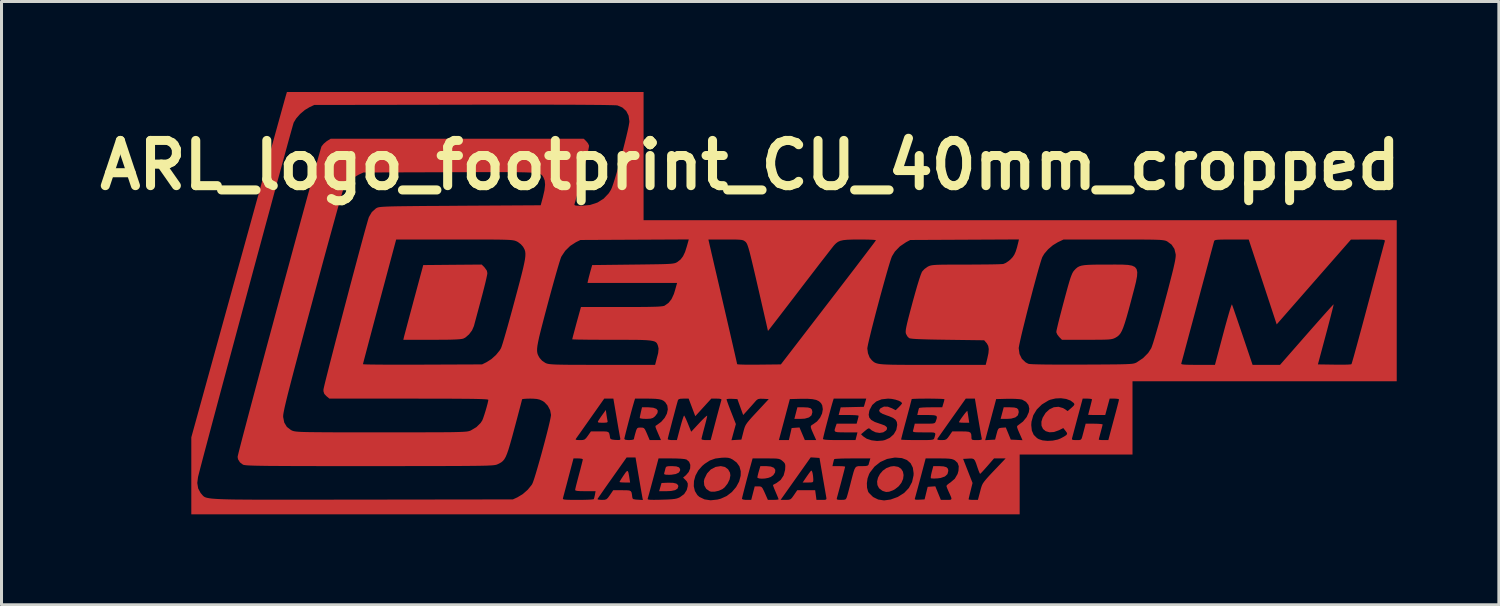
<source format=kicad_pcb>
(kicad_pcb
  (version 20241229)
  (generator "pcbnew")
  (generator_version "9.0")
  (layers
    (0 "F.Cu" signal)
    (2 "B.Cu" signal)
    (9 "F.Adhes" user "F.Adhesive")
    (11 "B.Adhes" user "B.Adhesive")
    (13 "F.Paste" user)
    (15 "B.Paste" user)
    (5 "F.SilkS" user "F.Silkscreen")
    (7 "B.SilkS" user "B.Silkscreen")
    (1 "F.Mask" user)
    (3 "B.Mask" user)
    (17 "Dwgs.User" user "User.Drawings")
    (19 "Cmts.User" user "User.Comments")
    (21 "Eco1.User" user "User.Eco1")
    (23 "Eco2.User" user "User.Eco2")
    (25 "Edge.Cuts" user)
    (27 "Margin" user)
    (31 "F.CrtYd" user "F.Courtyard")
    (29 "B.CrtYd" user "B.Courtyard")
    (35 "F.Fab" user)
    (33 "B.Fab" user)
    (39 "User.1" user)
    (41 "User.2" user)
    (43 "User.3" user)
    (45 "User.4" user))
  (footprint "ARL_logo_footprint_CU_40mm_cropped"
    (layer "F.Cu")
    (at 23.258 7.358)
    (property "Reference" "ARL_logo_footprint_CU_40mm_cropped" (at -1.422 -4.928 0) (layer "F.SilkS") (effects (font (size 1.5 1.5) (thickness 0.3))))
    (attr board_only exclude_from_pos_files exclude_from_bom)
    (fp_poly (pts (xy -3.982 5.608) (xy -3.871 5.634) (xy -3.815 5.684) (xy -3.807 5.726) (xy -3.833 5.8) (xy -3.912 5.851) (xy -4.047 5.879) (xy -4.196 5.886) (xy -4.443 5.886) (xy -4.403 5.75) (xy -4.364 5.614) (xy -4.15 5.605)) (stroke (width 0) (type solid)) (fill yes) (layer "F.Cu"))
    (fp_poly (pts (xy 0.493 3.11) (xy 0.58 3.133) (xy 0.625 3.181) (xy 0.64 3.257) (xy 0.64 3.267) (xy 0.612 3.369) (xy 0.529 3.439) (xy 0.39 3.479) (xy 0.257 3.487) (xy 0.043 3.487) (xy 0.093 3.295) (xy 0.143 3.103) (xy 0.353 3.103)) (stroke (width 0) (type solid)) (fill yes) (layer "F.Cu"))
    (fp_poly (pts (xy 7.338 3.11) (xy 7.426 3.133) (xy 7.471 3.18) (xy 7.486 3.256) (xy 7.486 3.267) (xy 7.458 3.369) (xy 7.374 3.439) (xy 7.236 3.478) (xy 7.101 3.487) (xy 6.885 3.487) (xy 6.936 3.295) (xy 6.987 3.103) (xy 7.198 3.103)) (stroke (width 0) (type solid)) (fill yes) (layer "F.Cu"))
    (fp_poly (pts (xy -5.482 5.219) (xy -5.46 5.274) (xy -5.439 5.386) (xy -5.427 5.462) (xy -5.406 5.598) (xy -5.582 5.598) (xy -5.678 5.595) (xy -5.742 5.588) (xy -5.758 5.58) (xy -5.741 5.547) (xy -5.697 5.476) (xy -5.635 5.381) (xy -5.624 5.366) (xy -5.557 5.268) (xy -5.512 5.218)) (stroke (width 0) (type solid)) (fill yes) (layer "F.Cu"))
    (fp_poly (pts (xy 0.625 5.217) (xy 0.646 5.281) (xy 0.662 5.375) (xy 0.671 5.484) (xy 0.671 5.51) (xy 0.668 5.56) (xy 0.647 5.587) (xy 0.592 5.597) (xy 0.495 5.598) (xy 0.318 5.598) (xy 0.447 5.408) (xy 0.514 5.312) (xy 0.57 5.238) (xy 0.602 5.202) (xy 0.604 5.201)) (stroke (width 0) (type solid)) (fill yes) (layer "F.Cu"))
    (fp_poly (pts (xy 5.789 3.265) (xy 5.804 3.351) (xy 5.816 3.431) (xy 5.844 3.615) (xy 5.673 3.615) (xy 5.579 3.612) (xy 5.516 3.604) (xy 5.502 3.597) (xy 5.519 3.562) (xy 5.561 3.496) (xy 5.619 3.414) (xy 5.68 3.332) (xy 5.735 3.264) (xy 5.772 3.225) (xy 5.781 3.221)) (stroke (width 0) (type solid)) (fill yes) (layer "F.Cu"))
    (fp_poly (pts (xy -6.19 3.347) (xy -6.174 3.451) (xy -6.159 3.535) (xy -6.153 3.559) (xy -6.153 3.591) (xy -6.182 3.608) (xy -6.255 3.614) (xy -6.317 3.615) (xy -6.418 3.613) (xy -6.466 3.604) (xy -6.476 3.583) (xy -6.466 3.559) (xy -6.431 3.503) (xy -6.373 3.417) (xy -6.323 3.347) (xy -6.211 3.191)) (stroke (width 0) (type solid)) (fill yes) (layer "F.Cu"))
    (fp_poly (pts (xy 4.99 5.063) (xy 5.087 5.09) (xy 5.137 5.141) (xy 5.15 5.21) (xy 5.122 5.319) (xy 5.037 5.398) (xy 4.898 5.447) (xy 4.793 5.461) (xy 4.685 5.466) (xy 4.604 5.464) (xy 4.57 5.456) (xy 4.567 5.417) (xy 4.58 5.335) (xy 4.601 5.245) (xy 4.652 5.054) (xy 4.839 5.054)) (stroke (width 0) (type solid)) (fill yes) (layer "F.Cu"))
    (fp_poly (pts (xy -0.738 5.068) (xy -0.635 5.11) (xy -0.589 5.179) (xy -0.597 5.265) (xy -0.656 5.355) (xy -0.738 5.414) (xy -0.826 5.445) (xy -0.931 5.465) (xy -1.037 5.471) (xy -1.125 5.464) (xy -1.177 5.443) (xy -1.184 5.428) (xy -1.175 5.375) (xy -1.153 5.285) (xy -1.134 5.22) (xy -1.085 5.054) (xy -0.898 5.054)) (stroke (width 0) (type solid)) (fill yes) (layer "F.Cu"))
    (fp_poly (pts (xy -4.637 3.117) (xy -4.534 3.155) (xy -4.487 3.216) (xy -4.499 3.296) (xy -4.571 3.392) (xy -4.595 3.415) (xy -4.653 3.457) (xy -4.726 3.479) (xy -4.833 3.486) (xy -4.88 3.487) (xy -4.986 3.483) (xy -5.06 3.472) (xy -5.086 3.457) (xy -5.08 3.411) (xy -5.062 3.326) (xy -5.049 3.265) (xy -5.011 3.103) (xy -4.795 3.103)) (stroke (width 0) (type solid)) (fill yes) (layer "F.Cu"))
    (fp_poly (pts (xy -3.871 5.064) (xy -3.783 5.096) (xy -3.747 5.152) (xy -3.748 5.204) (xy -3.793 5.271) (xy -3.892 5.317) (xy -4.039 5.34) (xy -4.105 5.342) (xy -4.209 5.34) (xy -4.262 5.33) (xy -4.278 5.308) (xy -4.274 5.286) (xy -4.254 5.213) (xy -4.237 5.142) (xy -4.221 5.094) (xy -4.194 5.068) (xy -4.137 5.057) (xy -4.035 5.054) (xy -4.015 5.054)) (stroke (width 0) (type solid)) (fill yes) (layer "F.Cu"))
    (fp_poly (pts (xy -2.263 5.082) (xy -2.157 5.158) (xy -2.093 5.27) (xy -2.079 5.361) (xy -2.105 5.497) (xy -2.174 5.638) (xy -2.271 5.76) (xy -2.344 5.818) (xy -2.462 5.871) (xy -2.594 5.901) (xy -2.713 5.903) (xy -2.767 5.889) (xy -2.881 5.809) (xy -2.946 5.694) (xy -2.958 5.556) (xy -2.941 5.478) (xy -2.854 5.299) (xy -2.729 5.165) (xy -2.572 5.081) (xy -2.398 5.054)) (stroke (width 0) (type solid)) (fill yes) (layer "F.Cu"))
    (fp_poly (pts (xy 3.485 5.078) (xy 3.584 5.142) (xy 3.644 5.236) (xy 3.666 5.351) (xy 3.65 5.477) (xy 3.596 5.604) (xy 3.505 5.722) (xy 3.377 5.823) (xy 3.311 5.858) (xy 3.186 5.904) (xy 3.085 5.912) (xy 2.981 5.88) (xy 2.954 5.867) (xy 2.852 5.788) (xy 2.798 5.683) (xy 2.788 5.563) (xy 2.818 5.436) (xy 2.883 5.314) (xy 2.977 5.205) (xy 3.097 5.119) (xy 3.237 5.067) (xy 3.347 5.054)) (stroke (width 0) (type solid)) (fill yes) (layer "F.Cu"))
    (fp_poly (pts (xy -10.235 -1.538) (xy -10.157 -1.428) (xy -10.141 -1.347) (xy -10.149 -1.29) (xy -10.172 -1.181) (xy -10.207 -1.03) (xy -10.253 -0.846) (xy -10.306 -0.64) (xy -10.346 -0.489) (xy -10.405 -0.27) (xy -10.46 -0.064) (xy -10.509 0.118) (xy -10.549 0.266) (xy -10.577 0.37) (xy -10.587 0.408) (xy -10.649 0.551) (xy -10.75 0.685) (xy -10.869 0.788) (xy -10.931 0.821) (xy -10.979 0.834) (xy -11.056 0.844) (xy -11.168 0.852) (xy -11.322 0.858) (xy -11.522 0.862) (xy -11.777 0.863) (xy -11.982 0.864) (xy -12.929 0.864) (xy -12.909 0.776) (xy -12.896 0.725) (xy -12.868 0.621) (xy -12.828 0.47) (xy -12.777 0.279) (xy -12.718 0.056) (xy -12.651 -0.191) (xy -12.581 -0.454) (xy -12.578 -0.464) (xy -12.268 -1.615) (xy -11.298 -1.624) (xy -10.329 -1.632)) (stroke (width 0) (type solid)) (fill yes) (layer "F.Cu"))
    (fp_poly (pts (xy 10.927 -1.63) (xy 11.109 -1.62) (xy 11.245 -1.596) (xy 11.339 -1.552) (xy 11.395 -1.482) (xy 11.418 -1.38) (xy 11.41 -1.242) (xy 11.376 -1.061) (xy 11.319 -0.831) (xy 11.243 -0.546) (xy 11.21 -0.419) (xy 11.131 -0.125) (xy 11.064 0.114) (xy 11.006 0.304) (xy 10.955 0.452) (xy 10.908 0.565) (xy 10.861 0.649) (xy 10.812 0.71) (xy 10.758 0.756) (xy 10.696 0.794) (xy 10.686 0.799) (xy 10.643 0.819) (xy 10.596 0.834) (xy 10.536 0.846) (xy 10.455 0.854) (xy 10.345 0.859) (xy 10.196 0.862) (xy 10.001 0.863) (xy 9.751 0.864) (xy 9.74 0.864) (xy 8.92 0.864) (xy 8.827 0.77) (xy 8.767 0.693) (xy 8.734 0.618) (xy 8.733 0.602) (xy 8.74 0.553) (xy 8.763 0.451) (xy 8.798 0.304) (xy 8.844 0.12) (xy 8.899 -0.092) (xy 8.96 -0.324) (xy 8.98 -0.399) (xy 9.053 -0.67) (xy 9.112 -0.886) (xy 9.161 -1.055) (xy 9.201 -1.184) (xy 9.236 -1.279) (xy 9.266 -1.348) (xy 9.295 -1.399) (xy 9.324 -1.435) (xy 9.377 -1.492) (xy 9.43 -1.537) (xy 9.491 -1.571) (xy 9.568 -1.596) (xy 9.67 -1.613) (xy 9.805 -1.623) (xy 9.982 -1.629) (xy 10.207 -1.631) (xy 10.413 -1.631) (xy 10.697 -1.632)) (stroke (width 0) (type solid)) (fill yes) (layer "F.Cu"))
    (pad "1" smd custom (at -0.305 -1.981) (size 1.524 1.524) (layers "F.Cu" "F.Mask" "F.Paste") (options (anchor circle)) (primitives (gr_poly (pts (xy -4.654 -3.249) (xy -4.654 -1.122) (xy 7.838 -1.122) (xy 20.33 -1.122) (xy 20.33 1.549) (xy 20.33 4.22) (xy 15.948 4.22) (xy 11.565 4.22) (xy 11.565 5.436) (xy 11.565 6.652) (xy 9.694 6.652) (xy 7.822 6.652) (xy 7.822 7.643) (xy 7.822 8.635) (xy -5.917 8.635) (xy -19.657 8.635) (xy -19.657 7.595) (xy -19.459 7.595) (xy -19.429 7.776) (xy -19.348 7.927) (xy -19.327 7.952) (xy -19.304 7.978) (xy -19.284 8.002) (xy -19.264 8.023) (xy -19.241 8.043) (xy -19.213 8.06) (xy -19.175 8.076) (xy -19.125 8.089) (xy -19.061 8.101) (xy -18.978 8.112) (xy -18.875 8.12) (xy -18.748 8.128) (xy -18.594 8.134) (xy -18.41 8.139) (xy -18.193 8.143) (xy -17.94 8.145) (xy -17.649 8.147) (xy -17.316 8.149) (xy -16.938 8.149) (xy -16.512 8.149) (xy -16.035 8.149) (xy -15.505 8.148) (xy -14.918 8.147) (xy -14.271 8.146) (xy -13.979 8.146) (xy -8.988 8.139) (xy -8.947 8.12) (xy -7.33 8.12) (xy -7.316 8.135) (xy -7.275 8.145) (xy -7.2 8.151) (xy -7.083 8.154) (xy -6.913 8.155) (xy -6.833 8.155) (xy -6.659 8.154) (xy -6.508 8.15) (xy -6.392 8.144) (xy -6.322 8.136) (xy -6.306 8.131) (xy -6.305 8.129) (xy -6.184 8.129) (xy -6.162 8.144) (xy -6.093 8.153) (xy -6.037 8.155) (xy -5.947 8.152) (xy -5.889 8.135) (xy -5.84 8.091) (xy -5.779 8.008) (xy -5.77 7.995) (xy -5.661 7.835) (xy -5.366 7.835) (xy -5.223 7.836) (xy -5.132 7.843) (xy -5.079 7.866) (xy -5.052 7.912) (xy -5.038 7.99) (xy -5.03 8.059) (xy -5.019 8.106) (xy -4.988 8.132) (xy -4.919 8.144) (xy -4.849 8.149) (xy -4.677 8.159) (xy -4.685 8.119) (xy -4.519 8.119) (xy -4.515 8.136) (xy -4.484 8.147) (xy -4.417 8.153) (xy -4.306 8.154) (xy -4.143 8.152) (xy -4.059 8.149) (xy -3.866 8.143) (xy -3.724 8.135) (xy -3.621 8.123) (xy -3.545 8.107) (xy -3.482 8.083) (xy -3.451 8.068) (xy -3.309 7.964) (xy -3.222 7.829) (xy -3.191 7.705) (xy -3.19 7.702) (xy -2.989 7.702) (xy -2.952 7.862) (xy -2.87 7.996) (xy -2.802 8.057) (xy -2.632 8.139) (xy -2.431 8.169) (xy -2.205 8.145) (xy -2.109 8.12) (xy -1.391 8.12) (xy -1.361 8.142) (xy -1.283 8.154) (xy -1.237 8.155) (xy -1.083 8.155) (xy -1.025 7.931) (xy -0.967 7.707) (xy -0.848 7.707) (xy -0.786 7.71) (xy -0.744 7.726) (xy -0.708 7.768) (xy -0.667 7.848) (xy -0.629 7.931) (xy -0.531 8.155) (xy -0.353 8.155) (xy -0.108 8.155) (xy 0.058 8.155) (xy 0.152 8.153) (xy 0.213 8.137) (xy 0.262 8.095) (xy 0.321 8.014) (xy 0.334 7.995) (xy 0.443 7.835) (xy 0.741 7.835) (xy 1.038 7.835) (xy 1.06 7.995) (xy 1.081 8.155) (xy 1.252 8.155) (xy 1.35 8.154) (xy 1.399 8.144) (xy 1.413 8.117) (xy 1.406 8.067) (xy 1.396 8.009) (xy 1.377 7.899) (xy 1.351 7.749) (xy 1.32 7.57) (xy 1.286 7.375) (xy 1.286 7.372) (xy 1.228 7.036) (xy 1.611 7.036) (xy 1.822 7.036) (xy 1.928 7.038) (xy 2.004 7.045) (xy 2.032 7.055) (xy 2.024 7.089) (xy 2.003 7.173) (xy 1.972 7.293) (xy 1.934 7.438) (xy 1.893 7.595) (xy 1.851 7.751) (xy 1.813 7.894) (xy 1.781 8.012) (xy 1.759 8.092) (xy 1.756 8.099) (xy 1.755 8.133) (xy 1.787 8.15) (xy 1.864 8.155) (xy 1.9 8.155) (xy 1.996 8.152) (xy 2.048 8.136) (xy 2.076 8.096) (xy 2.092 8.051) (xy 2.113 7.98) (xy 2.145 7.863) (xy 2.184 7.716) (xy 2.214 7.6) (xy 2.753 7.6) (xy 2.759 7.753) (xy 2.794 7.879) (xy 2.818 7.919) (xy 2.959 8.06) (xy 3.129 8.144) (xy 3.324 8.173) (xy 3.541 8.144) (xy 3.615 8.117) (xy 4.343 8.117) (xy 4.349 8.141) (xy 4.399 8.151) (xy 4.498 8.149) (xy 4.668 8.139) (xy 4.719 7.931) (xy 4.77 7.723) (xy 4.897 7.714) (xy 5.023 7.705) (xy 5.115 7.93) (xy 5.207 8.155) (xy 5.394 8.155) (xy 5.485 8.155) (xy 5.539 8.148) (xy 5.56 8.123) (xy 5.549 8.069) (xy 5.509 7.976) (xy 5.459 7.867) (xy 5.42 7.777) (xy 5.396 7.71) (xy 5.393 7.691) (xy 5.418 7.657) (xy 5.481 7.606) (xy 5.522 7.58) (xy 5.669 7.455) (xy 5.762 7.296) (xy 5.792 7.188) (xy 5.801 7.039) (xy 5.762 6.928) (xy 5.674 6.845) (xy 5.67 6.843) (xy 5.619 6.817) (xy 5.559 6.799) (xy 5.536 6.796) (xy 5.946 6.796) (xy 6.102 7.195) (xy 6.259 7.595) (xy 6.193 7.858) (xy 6.163 7.979) (xy 6.14 8.076) (xy 6.128 8.131) (xy 6.127 8.138) (xy 6.156 8.148) (xy 6.229 8.154) (xy 6.282 8.155) (xy 6.437 8.155) (xy 6.511 7.875) (xy 6.532 7.792) (xy 6.552 7.725) (xy 6.573 7.666) (xy 6.603 7.608) (xy 6.647 7.545) (xy 6.709 7.469) (xy 6.794 7.373) (xy 6.909 7.25) (xy 7.059 7.093) (xy 7.197 6.948) (xy 7.356 6.78) (xy 7.164 6.78) (xy 6.971 6.78) (xy 6.749 7.036) (xy 6.656 7.141) (xy 6.579 7.225) (xy 6.527 7.278) (xy 6.509 7.292) (xy 6.491 7.264) (xy 6.461 7.19) (xy 6.424 7.086) (xy 6.421 7.076) (xy 6.375 6.939) (xy 6.338 6.852) (xy 6.299 6.804) (xy 6.247 6.785) (xy 6.17 6.783) (xy 6.121 6.786) (xy 5.946 6.796) (xy 5.536 6.796) (xy 5.477 6.788) (xy 5.361 6.782) (xy 5.197 6.78) (xy 5.135 6.78) (xy 4.703 6.78) (xy 4.531 7.428) (xy 4.479 7.623) (xy 4.431 7.8) (xy 4.391 7.946) (xy 4.362 8.053) (xy 4.345 8.111) (xy 4.343 8.117) (xy 3.615 8.117) (xy 3.775 8.059) (xy 3.783 8.055) (xy 3.989 7.926) (xy 4.147 7.76) (xy 4.252 7.564) (xy 4.301 7.344) (xy 4.304 7.272) (xy 4.278 7.086) (xy 4.203 6.938) (xy 4.081 6.832) (xy 3.914 6.769) (xy 3.706 6.752) (xy 3.67 6.753) (xy 3.423 6.798) (xy 3.199 6.899) (xy 3.007 7.051) (xy 2.856 7.247) (xy 2.828 7.298) (xy 2.776 7.441) (xy 2.753 7.6) (xy 2.214 7.6) (xy 2.223 7.563) (xy 2.273 7.372) (xy 2.311 7.233) (xy 2.343 7.139) (xy 2.376 7.08) (xy 2.415 7.049) (xy 2.466 7.037) (xy 2.536 7.035) (xy 2.589 7.036) (xy 2.705 7.033) (xy 2.772 7.021) (xy 2.804 6.997) (xy 2.811 6.98) (xy 2.833 6.902) (xy 2.848 6.852) (xy 2.868 6.78) (xy 2.276 6.78) (xy 2.088 6.781) (xy 1.924 6.784) (xy 1.792 6.79) (xy 1.704 6.796) (xy 1.67 6.804) (xy 1.654 6.849) (xy 1.635 6.927) (xy 1.634 6.932) (xy 1.611 7.036) (xy 1.228 7.036) (xy 1.182 6.764) (xy 1.036 6.754) (xy 0.89 6.745) (xy 0.391 7.45) (xy -0.108 8.155) (xy -0.353 8.155) (xy -0.256 8.152) (xy -0.191 8.144) (xy -0.175 8.137) (xy -0.187 8.1) (xy -0.219 8.021) (xy -0.264 7.916) (xy -0.273 7.894) (xy -0.319 7.786) (xy -0.35 7.704) (xy -0.362 7.663) (xy -0.361 7.661) (xy -0.329 7.641) (xy -0.262 7.606) (xy -0.249 7.6) (xy -0.106 7.493) (xy -0.008 7.344) (xy 0.04 7.161) (xy 0.042 7.134) (xy 0.048 7.028) (xy 0.038 6.962) (xy 0.006 6.913) (xy -0.046 6.865) (xy -0.089 6.831) (xy -0.131 6.808) (xy -0.184 6.793) (xy -0.26 6.784) (xy -0.372 6.781) (xy -0.532 6.78) (xy -0.592 6.78) (xy -1.037 6.78) (xy -1.084 6.948) (xy -1.129 7.109) (xy -1.178 7.288) (xy -1.228 7.474) (xy -1.275 7.655) (xy -1.318 7.82) (xy -1.354 7.96) (xy -1.379 8.062) (xy -1.39 8.115) (xy -1.391 8.12) (xy -2.109 8.12) (xy -2.094 8.116) (xy -1.897 8.027) (xy -1.725 7.895) (xy -1.584 7.73) (xy -1.484 7.546) (xy -1.433 7.352) (xy -1.431 7.204) (xy -1.474 7.045) (xy -1.565 6.917) (xy -1.698 6.818) (xy -1.774 6.779) (xy -1.85 6.759) (xy -1.949 6.753) (xy -2.062 6.757) (xy -2.275 6.784) (xy -2.455 6.848) (xy -2.626 6.959) (xy -2.709 7.029) (xy -2.841 7.18) (xy -2.932 7.35) (xy -2.982 7.528) (xy -2.989 7.702) (xy -3.19 7.702) (xy -3.188 7.612) (xy -3.221 7.542) (xy -3.259 7.5) (xy -3.343 7.416) (xy -3.249 7.337) (xy -3.157 7.23) (xy -3.109 7.111) (xy -3.104 6.993) (xy -3.144 6.89) (xy -3.228 6.818) (xy -3.234 6.816) (xy -3.299 6.801) (xy -3.416 6.789) (xy -3.571 6.782) (xy -3.735 6.78) (xy -4.158 6.78) (xy -4.33 7.428) (xy -4.383 7.624) (xy -4.43 7.8) (xy -4.47 7.947) (xy -4.5 8.054) (xy -4.517 8.113) (xy -4.519 8.119) (xy -4.685 8.119) (xy -4.695 8.069) (xy -4.705 8.01) (xy -4.725 7.9) (xy -4.751 7.749) (xy -4.782 7.57) (xy -4.815 7.374) (xy -4.817 7.364) (xy -4.921 6.748) (xy -5.068 6.748) (xy -5.216 6.748) (xy -5.694 7.425) (xy -5.824 7.608) (xy -5.941 7.775) (xy -6.04 7.918) (xy -6.117 8.029) (xy -6.167 8.102) (xy -6.184 8.129) (xy -6.305 8.129) (xy -6.291 8.086) (xy -6.272 8.006) (xy -6.268 7.987) (xy -6.246 7.867) (xy -6.585 7.867) (xy -6.748 7.865) (xy -6.853 7.858) (xy -6.91 7.845) (xy -6.925 7.827) (xy -6.917 7.784) (xy -6.895 7.69) (xy -6.861 7.559) (xy -6.82 7.401) (xy -6.797 7.314) (xy -6.752 7.148) (xy -6.715 7.003) (xy -6.687 6.891) (xy -6.671 6.824) (xy -6.669 6.81) (xy -6.698 6.792) (xy -6.771 6.782) (xy -6.824 6.78) (xy -6.979 6.78) (xy -7.146 7.411) (xy -7.197 7.606) (xy -7.244 7.782) (xy -7.283 7.929) (xy -7.312 8.036) (xy -7.327 8.095) (xy -7.329 8.099) (xy -7.33 8.12) (xy -8.947 8.12) (xy -8.84 8.071) (xy -8.664 7.965) (xy -8.499 7.821) (xy -8.369 7.662) (xy -8.349 7.63) (xy -8.322 7.567) (xy -8.282 7.451) (xy -8.232 7.291) (xy -8.175 7.097) (xy -8.112 6.879) (xy -8.046 6.644) (xy -7.981 6.404) (xy -7.917 6.166) (xy -7.915 6.156) (xy -6.906 6.156) (xy -6.865 6.168) (xy -6.768 6.172) (xy -6.768 6.172) (xy -6.671 6.169) (xy -6.609 6.15) (xy -6.558 6.103) (xy -6.502 6.028) (xy -6.401 5.884) (xy -6.104 5.884) (xy -5.962 5.884) (xy -5.872 5.89) (xy -5.819 5.91) (xy -5.792 5.952) (xy -5.776 6.023) (xy -5.766 6.092) (xy -5.75 6.131) (xy -5.705 6.152) (xy -5.617 6.164) (xy -5.585 6.166) (xy -5.487 6.17) (xy -5.438 6.163) (xy -5.424 6.14) (xy -5.425 6.134) (xy -5.293 6.134) (xy -5.263 6.159) (xy -5.175 6.171) (xy -5.133 6.172) (xy -5.036 6.165) (xy -4.981 6.148) (xy -4.974 6.137) (xy -4.965 6.088) (xy -4.943 6.001) (xy -4.923 5.929) (xy -4.893 5.831) (xy -4.864 5.779) (xy -4.823 5.759) (xy -4.754 5.756) (xy -4.751 5.756) (xy -4.686 5.759) (xy -4.643 5.775) (xy -4.607 5.819) (xy -4.567 5.902) (xy -4.54 5.964) (xy -4.452 6.172) (xy -4.265 6.172) (xy -4.077 6.172) (xy -4.09 6.142) (xy -3.854 6.142) (xy -3.825 6.159) (xy -3.752 6.17) (xy -3.702 6.172) (xy -3.549 6.172) (xy -3.44 5.758) (xy -3.398 5.607) (xy -3.36 5.483) (xy -3.33 5.396) (xy -3.311 5.358) (xy -3.308 5.358) (xy -3.287 5.392) (xy -3.249 5.471) (xy -3.201 5.581) (xy -3.18 5.633) (xy -3.074 5.895) (xy -2.809 5.61) (xy -2.708 5.504) (xy -2.625 5.423) (xy -2.567 5.373) (xy -2.543 5.362) (xy -2.543 5.364) (xy -2.551 5.409) (xy -2.572 5.502) (xy -2.604 5.628) (xy -2.638 5.756) (xy -2.676 5.899) (xy -2.707 6.02) (xy -2.728 6.106) (xy -2.734 6.14) (xy -2.706 6.159) (xy -2.632 6.17) (xy -2.581 6.172) (xy -2.428 6.172) (xy -2.257 5.524) (xy -2.205 5.328) (xy -2.158 5.152) (xy -2.118 5.006) (xy -2.089 4.9) (xy -2.072 4.842) (xy -2.07 4.836) (xy -2.077 4.821) (xy -1.903 4.821) (xy -1.891 4.86) (xy -1.861 4.946) (xy -1.816 5.068) (xy -1.76 5.213) (xy -1.747 5.245) (xy -1.592 5.641) (xy -1.666 5.908) (xy -1.739 6.175) (xy -1.684 6.172) (xy -0.165 6.172) (xy 0.00043 6.172) (xy 0.166 6.172) (xy 0.212 5.972) (xy 0.258 5.772) (xy 0.388 5.762) (xy 0.518 5.753) (xy 0.607 5.962) (xy 0.696 6.172) (xy 0.884 6.172) (xy 1.072 6.172) (xy 1.055 6.134) (xy 1.296 6.134) (xy 1.316 6.149) (xy 1.38 6.16) (xy 1.492 6.167) (xy 1.658 6.171) (xy 1.836 6.172) (xy 2.376 6.172) (xy 2.409 6.044) (xy 2.426 5.978) (xy 2.56 5.978) (xy 2.627 6.045) (xy 2.748 6.127) (xy 2.91 6.18) (xy 3.093 6.201) (xy 3.28 6.187) (xy 3.331 6.175) (xy 6.678 6.175) (xy 6.842 6.165) (xy 7.007 6.156) (xy 7.057 5.964) (xy 7.086 5.859) (xy 7.113 5.801) (xy 7.15 5.774) (xy 7.211 5.764) (xy 7.235 5.762) (xy 7.362 5.753) (xy 7.445 5.954) (xy 7.527 6.156) (xy 7.722 6.165) (xy 7.916 6.175) (xy 7.814 5.944) (xy 7.764 5.829) (xy 7.739 5.757) (xy 7.735 5.716) (xy 7.752 5.692) (xy 7.772 5.679) (xy 7.778 5.674) (xy 8.206 5.674) (xy 8.226 5.857) (xy 8.288 5.998) (xy 8.397 6.105) (xy 8.453 6.139) (xy 8.581 6.182) (xy 8.744 6.198) (xy 8.919 6.189) (xy 9.083 6.155) (xy 9.098 6.149) (xy 9.557 6.149) (xy 9.589 6.166) (xy 9.667 6.172) (xy 9.705 6.172) (xy 9.801 6.17) (xy 9.853 6.155) (xy 9.88 6.115) (xy 9.899 6.052) (xy 9.928 5.944) (xy 9.961 5.818) (xy 9.971 5.78) (xy 10.011 5.628) (xy 10.292 5.628) (xy 10.417 5.631) (xy 10.514 5.638) (xy 10.567 5.648) (xy 10.574 5.653) (xy 10.566 5.694) (xy 10.544 5.779) (xy 10.514 5.891) (xy 10.51 5.908) (xy 10.479 6.021) (xy 10.456 6.109) (xy 10.446 6.153) (xy 10.446 6.155) (xy 10.474 6.165) (xy 10.548 6.171) (xy 10.604 6.172) (xy 10.763 6.172) (xy 10.799 6.036) (xy 10.819 5.959) (xy 10.852 5.834) (xy 10.895 5.675) (xy 10.943 5.496) (xy 10.976 5.373) (xy 11.023 5.199) (xy 11.063 5.045) (xy 11.094 4.924) (xy 11.113 4.846) (xy 11.117 4.822) (xy 11.089 4.807) (xy 11.015 4.798) (xy 10.962 4.796) (xy 10.807 4.796) (xy 10.734 5.068) (xy 10.66 5.34) (xy 10.377 5.34) (xy 10.251 5.339) (xy 10.155 5.337) (xy 10.101 5.334) (xy 10.094 5.332) (xy 10.102 5.3) (xy 10.122 5.221) (xy 10.151 5.111) (xy 10.158 5.084) (xy 10.188 4.967) (xy 10.21 4.875) (xy 10.221 4.824) (xy 10.221 4.82) (xy 10.193 4.806) (xy 10.12 4.798) (xy 10.067 4.796) (xy 9.912 4.796) (xy 9.742 5.428) (xy 9.69 5.623) (xy 9.643 5.798) (xy 9.604 5.945) (xy 9.575 6.053) (xy 9.559 6.111) (xy 9.558 6.116) (xy 9.557 6.149) (xy 9.098 6.149) (xy 9.182 6.116) (xy 9.301 6.051) (xy 9.37 6.005) (xy 9.396 5.965) (xy 9.384 5.922) (xy 9.345 5.869) (xy 9.269 5.773) (xy 9.126 5.845) (xy 8.96 5.904) (xy 8.811 5.913) (xy 8.687 5.877) (xy 8.596 5.803) (xy 8.546 5.696) (xy 8.543 5.562) (xy 8.583 5.431) (xy 8.683 5.268) (xy 8.81 5.151) (xy 8.955 5.082) (xy 9.108 5.067) (xy 9.259 5.109) (xy 9.328 5.149) (xy 9.413 5.21) (xy 9.537 5.104) (xy 9.608 5.038) (xy 9.636 4.995) (xy 9.629 4.96) (xy 9.616 4.942) (xy 9.51 4.861) (xy 9.363 4.807) (xy 9.191 4.783) (xy 9.011 4.791) (xy 8.839 4.832) (xy 8.778 4.857) (xy 8.559 4.99) (xy 8.39 5.156) (xy 8.273 5.349) (xy 8.214 5.563) (xy 8.206 5.674) (xy 7.778 5.674) (xy 7.933 5.556) (xy 8.054 5.407) (xy 8.126 5.245) (xy 8.142 5.129) (xy 8.113 5.007) (xy 8.032 4.903) (xy 7.912 4.834) (xy 7.893 4.827) (xy 7.812 4.814) (xy 7.687 4.805) (xy 7.535 4.801) (xy 7.408 4.802) (xy 7.042 4.812) (xy 6.957 5.132) (xy 6.91 5.306) (xy 6.856 5.51) (xy 6.802 5.712) (xy 6.774 5.814) (xy 6.678 6.175) (xy 3.331 6.175) (xy 3.351 6.17) (xy 3.388 6.154) (xy 3.888 6.154) (xy 3.918 6.16) (xy 4.002 6.165) (xy 4.129 6.169) (xy 4.288 6.171) (xy 4.429 6.172) (xy 4.627 6.172) (xy 4.77 6.17) (xy 4.868 6.166) (xy 4.929 6.158) (xy 4.964 6.146) (xy 4.977 6.132) (xy 5.091 6.132) (xy 5.094 6.157) (xy 5.144 6.169) (xy 5.228 6.172) (xy 5.323 6.168) (xy 5.384 6.149) (xy 5.434 6.101) (xy 5.487 6.028) (xy 5.586 5.884) (xy 5.885 5.884) (xy 6.035 5.886) (xy 6.132 5.897) (xy 6.188 5.924) (xy 6.214 5.975) (xy 6.222 6.056) (xy 6.222 6.1) (xy 6.229 6.141) (xy 6.256 6.163) (xy 6.321 6.171) (xy 6.401 6.172) (xy 6.502 6.169) (xy 6.553 6.159) (xy 6.567 6.135) (xy 6.563 6.116) (xy 6.554 6.068) (xy 6.535 5.968) (xy 6.51 5.826) (xy 6.48 5.652) (xy 6.447 5.458) (xy 6.442 5.428) (xy 6.337 4.796) (xy 6.185 4.796) (xy 6.034 4.796) (xy 5.574 5.444) (xy 5.447 5.624) (xy 5.331 5.789) (xy 5.232 5.929) (xy 5.155 6.039) (xy 5.106 6.109) (xy 5.091 6.132) (xy 4.977 6.132) (xy 4.982 6.127) (xy 4.991 6.101) (xy 4.992 6.1) (xy 5.015 6.022) (xy 5.025 5.97) (xy 5.012 5.938) (xy 4.969 5.922) (xy 4.884 5.916) (xy 4.75 5.916) (xy 4.655 5.916) (xy 4.492 5.915) (xy 4.383 5.912) (xy 4.318 5.905) (xy 4.288 5.892) (xy 4.281 5.873) (xy 4.284 5.86) (xy 4.304 5.786) (xy 4.321 5.716) (xy 4.342 5.628) (xy 4.676 5.628) (xy 4.825 5.627) (xy 4.922 5.624) (xy 4.981 5.614) (xy 5.014 5.596) (xy 5.032 5.566) (xy 5.04 5.546) (xy 5.07 5.458) (xy 5.076 5.4) (xy 5.048 5.365) (xy 4.978 5.347) (xy 4.859 5.341) (xy 4.749 5.34) (xy 4.426 5.34) (xy 4.449 5.236) (xy 4.468 5.158) (xy 4.484 5.109) (xy 4.485 5.108) (xy 4.521 5.099) (xy 4.607 5.091) (xy 4.732 5.086) (xy 4.876 5.084) (xy 5.253 5.084) (xy 5.29 4.961) (xy 5.314 4.878) (xy 5.326 4.823) (xy 5.327 4.817) (xy 5.297 4.81) (xy 5.213 4.804) (xy 5.086 4.8) (xy 4.926 4.797) (xy 4.783 4.796) (xy 4.605 4.797) (xy 4.451 4.799) (xy 4.332 4.803) (xy 4.259 4.807) (xy 4.24 4.81) (xy 4.232 4.844) (xy 4.209 4.93) (xy 4.176 5.06) (xy 4.132 5.223) (xy 4.082 5.412) (xy 4.064 5.48) (xy 4.011 5.675) (xy 3.965 5.849) (xy 3.928 5.992) (xy 3.902 6.095) (xy 3.889 6.148) (xy 3.888 6.154) (xy 3.388 6.154) (xy 3.514 6.096) (xy 3.644 5.98) (xy 3.729 5.834) (xy 3.76 5.669) (xy 3.76 5.667) (xy 3.747 5.571) (xy 3.704 5.497) (xy 3.621 5.436) (xy 3.488 5.379) (xy 3.416 5.355) (xy 3.27 5.299) (xy 3.185 5.246) (xy 3.159 5.192) (xy 3.189 5.134) (xy 3.211 5.114) (xy 3.32 5.061) (xy 3.448 5.064) (xy 3.584 5.116) (xy 3.709 5.18) (xy 3.814 5.078) (xy 3.877 5.012) (xy 3.915 4.963) (xy 3.92 4.951) (xy 3.89 4.908) (xy 3.813 4.867) (xy 3.704 4.831) (xy 3.578 4.805) (xy 3.456 4.796) (xy 3.239 4.82) (xy 3.064 4.891) (xy 2.932 5.007) (xy 2.846 5.168) (xy 2.832 5.213) (xy 2.813 5.332) (xy 2.834 5.427) (xy 2.899 5.504) (xy 3.015 5.57) (xy 3.189 5.631) (xy 3.22 5.64) (xy 3.35 5.689) (xy 3.416 5.744) (xy 3.421 5.807) (xy 3.389 5.855) (xy 3.295 5.915) (xy 3.173 5.934) (xy 3.041 5.913) (xy 2.919 5.853) (xy 2.883 5.823) (xy 2.842 5.789) (xy 2.807 5.783) (xy 2.76 5.81) (xy 2.688 5.869) (xy 2.56 5.978) (xy 2.426 5.978) (xy 2.441 5.916) (xy 2.061 5.916) (xy 1.893 5.915) (xy 1.78 5.91) (xy 1.714 5.896) (xy 1.685 5.868) (xy 1.686 5.821) (xy 1.708 5.751) (xy 1.715 5.729) (xy 1.751 5.628) (xy 2.082 5.628) (xy 2.413 5.628) (xy 2.446 5.508) (xy 2.468 5.425) (xy 2.479 5.37) (xy 2.48 5.364) (xy 2.45 5.354) (xy 2.37 5.346) (xy 2.252 5.341) (xy 2.149 5.34) (xy 1.817 5.34) (xy 1.851 5.213) (xy 1.885 5.086) (xy 2.269 5.077) (xy 2.653 5.068) (xy 2.693 4.932) (xy 2.732 4.796) (xy 2.193 4.796) (xy 1.653 4.796) (xy 1.62 4.9) (xy 1.596 4.982) (xy 1.562 5.104) (xy 1.521 5.255) (xy 1.476 5.423) (xy 1.43 5.597) (xy 1.386 5.764) (xy 1.348 5.914) (xy 1.319 6.033) (xy 1.301 6.111) (xy 1.296 6.134) (xy 1.055 6.134) (xy 0.989 5.988) (xy 0.931 5.857) (xy 0.899 5.772) (xy 0.892 5.718) (xy 0.91 5.684) (xy 0.951 5.657) (xy 0.965 5.65) (xy 1.099 5.554) (xy 1.201 5.43) (xy 1.267 5.29) (xy 1.292 5.148) (xy 1.271 5.017) (xy 1.231 4.945) (xy 1.164 4.883) (xy 1.071 4.839) (xy 0.944 4.813) (xy 0.772 4.801) (xy 0.563 4.802) (xy 0.198 4.812) (xy 0.017 5.492) (xy -0.165 6.172) (xy -1.684 6.172) (xy -1.574 6.165) (xy -1.409 6.156) (xy -1.344 5.902) (xy -1.32 5.81) (xy -1.296 5.736) (xy -1.265 5.67) (xy -1.22 5.602) (xy -1.155 5.521) (xy -1.063 5.416) (xy -0.936 5.279) (xy -0.89 5.23) (xy -0.502 4.812) (xy -0.682 4.802) (xy -0.789 4.8) (xy -0.856 4.812) (xy -0.906 4.846) (xy -0.94 4.882) (xy -1 4.951) (xy -1.085 5.047) (xy -1.178 5.15) (xy -1.183 5.157) (xy -1.35 5.341) (xy -1.446 5.077) (xy -1.542 4.812) (xy -1.722 4.803) (xy -1.82 4.802) (xy -1.885 4.81) (xy -1.903 4.821) (xy -2.077 4.821) (xy -2.081 4.812) (xy -2.142 4.799) (xy -2.232 4.796) (xy -2.407 4.796) (xy -2.673 5.087) (xy -2.939 5.379) (xy -3.049 5.087) (xy -3.159 4.796) (xy -3.328 4.796) (xy -3.433 4.801) (xy -3.491 4.818) (xy -3.515 4.852) (xy -3.535 4.923) (xy -3.567 5.037) (xy -3.606 5.183) (xy -3.65 5.349) (xy -3.697 5.524) (xy -3.742 5.697) (xy -3.783 5.856) (xy -3.818 5.99) (xy -3.842 6.088) (xy -3.853 6.138) (xy -3.854 6.142) (xy -4.09 6.142) (xy -4.122 6.068) (xy -4.187 5.918) (xy -4.23 5.816) (xy -4.254 5.752) (xy -4.261 5.716) (xy -4.253 5.697) (xy -4.234 5.684) (xy -4.22 5.677) (xy -4.069 5.566) (xy -3.955 5.435) (xy -3.88 5.294) (xy -3.85 5.153) (xy -3.867 5.023) (xy -3.934 4.917) (xy -3.989 4.87) (xy -4.054 4.837) (xy -4.14 4.816) (xy -4.259 4.803) (xy -4.422 4.797) (xy -4.575 4.796) (xy -4.937 4.796) (xy -4.969 4.9) (xy -4.994 4.987) (xy -5.03 5.112) (xy -5.072 5.266) (xy -5.117 5.435) (xy -5.163 5.609) (xy -5.206 5.776) (xy -5.244 5.923) (xy -5.273 6.04) (xy -5.29 6.114) (xy -5.293 6.134) (xy -5.425 6.134) (xy -5.43 6.102) (xy -5.441 6.048) (xy -5.46 5.942) (xy -5.486 5.796) (xy -5.516 5.62) (xy -5.549 5.425) (xy -5.551 5.412) (xy -5.656 4.796) (xy -5.807 4.796) (xy -5.959 4.796) (xy -6.416 5.444) (xy -6.543 5.625) (xy -6.659 5.789) (xy -6.758 5.93) (xy -6.836 6.039) (xy -6.886 6.11) (xy -6.902 6.132) (xy -6.906 6.156) (xy -7.915 6.156) (xy -7.859 5.941) (xy -7.808 5.737) (xy -7.767 5.564) (xy -7.739 5.431) (xy -7.725 5.347) (xy -7.725 5.334) (xy -7.754 5.179) (xy -7.833 5.03) (xy -7.948 4.91) (xy -8.011 4.87) (xy -8.1 4.83) (xy -8.194 4.808) (xy -8.315 4.798) (xy -8.417 4.796) (xy -8.539 4.799) (xy -8.632 4.806) (xy -8.681 4.816) (xy -8.685 4.82) (xy -8.693 4.856) (xy -8.716 4.946) (xy -8.752 5.082) (xy -8.798 5.257) (xy -8.852 5.462) (xy -8.913 5.69) (xy -8.938 5.783) (xy -9.015 6.069) (xy -9.08 6.299) (xy -9.134 6.481) (xy -9.183 6.622) (xy -9.228 6.728) (xy -9.273 6.807) (xy -9.321 6.865) (xy -9.376 6.91) (xy -9.441 6.947) (xy -9.5 6.975) (xy -9.521 6.984) (xy -9.546 6.991) (xy -9.579 6.998) (xy -9.623 7.004) (xy -9.681 7.01) (xy -9.757 7.014) (xy -9.855 7.019) (xy -9.977 7.022) (xy -10.127 7.025) (xy -10.308 7.027) (xy -10.524 7.029) (xy -10.777 7.031) (xy -11.072 7.032) (xy -11.412 7.033) (xy -11.8 7.034) (xy -12.239 7.034) (xy -12.733 7.035) (xy -13.286 7.035) (xy -13.734 7.035) (xy -14.337 7.035) (xy -14.878 7.035) (xy -15.363 7.035) (xy -15.793 7.034) (xy -16.173 7.033) (xy -16.504 7.032) (xy -16.792 7.03) (xy -17.038 7.029) (xy -17.246 7.026) (xy -17.42 7.023) (xy -17.562 7.02) (xy -17.676 7.016) (xy -17.766 7.012) (xy -17.833 7.007) (xy -17.883 7.001) (xy -17.918 6.995) (xy -17.94 6.988) (xy -17.944 6.986) (xy -18.043 6.911) (xy -18.107 6.808) (xy -18.121 6.731) (xy -18.113 6.689) (xy -18.089 6.59) (xy -18.05 6.437) (xy -17.998 6.234) (xy -17.933 5.985) (xy -17.856 5.695) (xy -17.772 5.377) (xy -16.61 5.377) (xy -16.61 5.406) (xy -16.573 5.591) (xy -16.487 5.734) (xy -16.351 5.838) (xy -16.317 5.855) (xy -16.292 5.865) (xy -16.262 5.874) (xy -16.224 5.882) (xy -16.172 5.889) (xy -16.104 5.895) (xy -16.015 5.9) (xy -15.901 5.904) (xy -15.757 5.907) (xy -15.58 5.909) (xy -15.365 5.911) (xy -15.109 5.913) (xy -14.808 5.914) (xy -14.456 5.914) (xy -14.051 5.914) (xy -13.587 5.915) (xy -13.355 5.915) (xy -12.865 5.915) (xy -12.434 5.914) (xy -12.059 5.914) (xy -11.736 5.913) (xy -11.461 5.912) (xy -11.228 5.911) (xy -11.035 5.909) (xy -10.877 5.906) (xy -10.75 5.902) (xy -10.65 5.898) (xy -10.572 5.893) (xy -10.513 5.887) (xy -10.468 5.879) (xy -10.434 5.87) (xy -10.406 5.861) (xy -10.38 5.849) (xy -10.2 5.742) (xy -10.06 5.604) (xy -10.005 5.519) (xy -9.977 5.45) (xy -9.94 5.341) (xy -9.899 5.211) (xy -9.86 5.076) (xy -9.828 4.956) (xy -9.808 4.867) (xy -9.804 4.836) (xy -9.816 4.829) (xy -9.854 4.822) (xy -9.922 4.817) (xy -10.023 4.812) (xy -10.16 4.808) (xy -10.338 4.804) (xy -10.558 4.802) (xy -10.826 4.8) (xy -11.143 4.798) (xy -11.515 4.797) (xy -11.943 4.797) (xy -12.432 4.796) (xy -12.441 4.796) (xy -15.077 4.796) (xy -15.176 4.713) (xy -15.245 4.64) (xy -15.272 4.558) (xy -15.274 4.503) (xy -15.266 4.458) (xy -15.243 4.357) (xy -15.206 4.205) (xy -15.156 4.007) (xy -15.096 3.769) (xy -15.067 3.654) (xy -13.963 3.654) (xy -13.932 3.658) (xy -13.842 3.662) (xy -13.699 3.665) (xy -13.509 3.667) (xy -13.277 3.669) (xy -13.007 3.67) (xy -12.707 3.671) (xy -12.38 3.671) (xy -12.034 3.67) (xy -11.987 3.669) (xy -10.012 3.661) (xy -9.862 3.587) (xy -9.702 3.485) (xy -9.55 3.348) (xy -9.445 3.219) (xy -8.187 3.219) (xy -8.178 3.284) (xy -8.161 3.339) (xy -8.135 3.391) (xy -8.103 3.446) (xy -8.102 3.447) (xy -8.022 3.538) (xy -7.915 3.61) (xy -7.904 3.616) (xy -7.872 3.629) (xy -7.835 3.64) (xy -7.787 3.649) (xy -7.723 3.656) (xy -7.638 3.662) (xy -7.526 3.667) (xy -7.382 3.67) (xy -7.2 3.673) (xy -6.975 3.674) (xy -6.702 3.675) (xy -6.376 3.676) (xy -6.022 3.676) (xy -4.272 3.677) (xy -4.237 3.541) (xy -4.206 3.42) (xy -4.174 3.3) (xy -4.17 3.283) (xy -4.156 3.136) (xy -4.175 3.05) (xy -4.192 3.002) (xy -4.211 2.962) (xy -4.24 2.929) (xy -4.282 2.904) (xy -4.345 2.884) (xy -4.434 2.869) (xy -4.554 2.858) (xy -4.711 2.851) (xy -4.911 2.847) (xy -5.159 2.846) (xy -5.462 2.845) (xy -5.708 2.845) (xy -5.991 2.845) (xy -6.252 2.843) (xy -6.487 2.842) (xy -6.687 2.839) (xy -6.846 2.837) (xy -6.958 2.833) (xy -7.015 2.83) (xy -7.021 2.828) (xy -7.013 2.793) (xy -6.991 2.707) (xy -6.957 2.581) (xy -6.916 2.428) (xy -6.87 2.257) (xy -6.821 2.081) (xy -6.778 1.925) (xy -6.731 1.757) (xy -5.387 1.757) (xy -5.046 1.757) (xy -4.763 1.756) (xy -4.533 1.754) (xy -4.35 1.75) (xy -4.209 1.746) (xy -4.104 1.739) (xy -4.03 1.731) (xy -3.981 1.722) (xy -3.956 1.712) (xy -3.828 1.622) (xy -3.728 1.497) (xy -3.649 1.326) (xy -3.615 1.217) (xy -3.542 0.958) (xy -5.028 0.958) (xy -6.514 0.958) (xy -6.493 0.861) (xy -6.473 0.778) (xy -6.442 0.662) (xy -6.416 0.565) (xy -6.359 0.366) (xy -5.003 0.35) (xy -4.673 0.346) (xy -4.4 0.342) (xy -4.18 0.339) (xy -4.005 0.335) (xy -3.869 0.33) (xy -3.766 0.324) (xy -3.691 0.316) (xy -3.636 0.307) (xy -3.595 0.295) (xy -3.563 0.281) (xy -3.534 0.264) (xy -3.528 0.26) (xy -3.426 0.18) (xy -3.346 0.075) (xy -3.278 -0.068) (xy -3.22 -0.251) (xy -3.155 -0.482) (xy -2.504 -0.482) (xy -2.476 -0.362) (xy -2.465 -0.31) (xy -2.439 -0.202) (xy -2.403 -0.042) (xy -2.355 0.162) (xy -2.299 0.406) (xy -2.234 0.684) (xy -2.163 0.989) (xy -2.087 1.316) (xy -2.008 1.66) (xy -2 1.693) (xy -1.921 2.034) (xy -1.846 2.358) (xy -1.777 2.657) (xy -1.715 2.927) (xy -1.661 3.163) (xy -1.616 3.359) (xy -1.582 3.509) (xy -1.56 3.608) (xy -1.551 3.651) (xy -1.551 3.653) (xy -1.52 3.66) (xy -1.435 3.665) (xy -1.303 3.669) (xy -1.135 3.671) (xy -0.938 3.67) (xy -0.825 3.669) (xy -0.1 3.661) (xy 0.306 3.134) (xy 2.768 3.134) (xy 2.789 3.29) (xy 2.844 3.431) (xy 2.916 3.522) (xy 2.952 3.555) (xy 2.987 3.583) (xy 3.025 3.606) (xy 3.072 3.624) (xy 3.133 3.64) (xy 3.213 3.652) (xy 3.318 3.661) (xy 3.452 3.667) (xy 3.622 3.672) (xy 3.832 3.674) (xy 4.088 3.676) (xy 4.395 3.676) (xy 4.759 3.676) (xy 4.931 3.676) (xy 6.695 3.677) (xy 6.747 3.47) (xy 6.786 3.288) (xy 6.797 3.152) (xy 6.792 3.126) (xy 7.79 3.126) (xy 7.817 3.317) (xy 7.895 3.475) (xy 8.019 3.593) (xy 8.11 3.641) (xy 8.163 3.649) (xy 8.277 3.656) (xy 8.452 3.661) (xy 8.684 3.665) (xy 8.973 3.667) (xy 9.315 3.668) (xy 9.71 3.668) (xy 9.886 3.667) (xy 10.258 3.666) (xy 10.572 3.664) (xy 10.833 3.662) (xy 11.047 3.66) (xy 11.218 3.657) (xy 11.353 3.653) (xy 11.456 3.648) (xy 11.534 3.642) (xy 11.573 3.637) (xy 13.181 3.637) (xy 13.19 3.652) (xy 13.232 3.663) (xy 13.316 3.67) (xy 13.447 3.674) (xy 13.632 3.676) (xy 13.734 3.676) (xy 14.3 3.676) (xy 14.572 2.654) (xy 14.637 2.411) (xy 14.698 2.192) (xy 14.752 2.002) (xy 14.798 1.848) (xy 14.833 1.738) (xy 14.856 1.679) (xy 14.863 1.67) (xy 14.878 1.709) (xy 14.911 1.801) (xy 14.958 1.939) (xy 15.019 2.114) (xy 15.089 2.321) (xy 15.167 2.55) (xy 15.216 2.693) (xy 15.548 3.676) (xy 16.003 3.676) (xy 16.458 3.677) (xy 17.343 2.667) (xy 17.531 2.453) (xy 17.707 2.254) (xy 17.864 2.076) (xy 18 1.924) (xy 18.109 1.803) (xy 18.187 1.718) (xy 18.23 1.673) (xy 18.237 1.668) (xy 18.231 1.7) (xy 18.211 1.787) (xy 18.177 1.92) (xy 18.133 2.093) (xy 18.079 2.298) (xy 18.019 2.528) (xy 17.981 2.669) (xy 17.715 3.661) (xy 18.261 3.669) (xy 18.442 3.671) (xy 18.6 3.67) (xy 18.724 3.666) (xy 18.804 3.66) (xy 18.828 3.653) (xy 18.84 3.619) (xy 18.867 3.528) (xy 18.908 3.386) (xy 18.96 3.197) (xy 19.023 2.968) (xy 19.095 2.702) (xy 19.176 2.407) (xy 19.262 2.086) (xy 19.353 1.745) (xy 19.384 1.629) (xy 19.477 1.282) (xy 19.565 0.952) (xy 19.647 0.645) (xy 19.722 0.366) (xy 19.787 0.121) (xy 19.843 -0.086) (xy 19.886 -0.248) (xy 19.917 -0.362) (xy 19.933 -0.42) (xy 19.934 -0.426) (xy 19.936 -0.446) (xy 19.922 -0.461) (xy 19.884 -0.471) (xy 19.814 -0.477) (xy 19.702 -0.48) (xy 19.542 -0.481) (xy 19.381 -0.481) (xy 18.811 -0.479) (xy 17.579 0.927) (xy 16.348 2.334) (xy 15.884 0.927) (xy 15.42 -0.48) (xy 14.854 -0.481) (xy 14.65 -0.481) (xy 14.501 -0.479) (xy 14.398 -0.475) (xy 14.332 -0.467) (xy 14.295 -0.455) (xy 14.277 -0.438) (xy 14.272 -0.426) (xy 14.261 -0.386) (xy 14.235 -0.29) (xy 14.195 -0.142) (xy 14.143 0.051) (xy 14.081 0.285) (xy 14.009 0.553) (xy 13.929 0.852) (xy 13.842 1.174) (xy 13.751 1.516) (xy 13.725 1.613) (xy 13.633 1.959) (xy 13.545 2.286) (xy 13.463 2.59) (xy 13.389 2.866) (xy 13.324 3.108) (xy 13.27 3.311) (xy 13.227 3.469) (xy 13.197 3.578) (xy 13.182 3.632) (xy 13.181 3.637) (xy 11.573 3.637) (xy 11.591 3.634) (xy 11.634 3.624) (xy 11.667 3.612) (xy 11.697 3.598) (xy 11.709 3.591) (xy 11.916 3.452) (xy 12.085 3.281) (xy 12.185 3.126) (xy 12.211 3.059) (xy 12.252 2.937) (xy 12.304 2.766) (xy 12.366 2.555) (xy 12.437 2.309) (xy 12.513 2.035) (xy 12.593 1.742) (xy 12.64 1.565) (xy 12.732 1.221) (xy 12.807 0.932) (xy 12.868 0.694) (xy 12.916 0.501) (xy 12.951 0.347) (xy 12.976 0.227) (xy 12.991 0.135) (xy 12.998 0.067) (xy 12.998 0.015) (xy 12.998 0.011) (xy 12.955 -0.17) (xy 12.86 -0.313) (xy 12.715 -0.419) (xy 12.686 -0.433) (xy 12.652 -0.445) (xy 12.609 -0.454) (xy 12.552 -0.462) (xy 12.474 -0.469) (xy 12.371 -0.473) (xy 12.236 -0.477) (xy 12.064 -0.479) (xy 11.85 -0.481) (xy 11.588 -0.482) (xy 11.273 -0.482) (xy 10.935 -0.482) (xy 9.278 -0.482) (xy 9.086 -0.391) (xy 8.922 -0.291) (xy 8.766 -0.158) (xy 8.639 -0.01) (xy 8.573 0.101) (xy 8.547 0.173) (xy 8.508 0.297) (xy 8.458 0.466) (xy 8.4 0.671) (xy 8.336 0.906) (xy 8.267 1.161) (xy 8.197 1.43) (xy 8.125 1.703) (xy 8.056 1.974) (xy 7.991 2.235) (xy 7.931 2.477) (xy 7.879 2.693) (xy 7.838 2.875) (xy 7.808 3.014) (xy 7.792 3.104) (xy 7.79 3.126) (xy 6.792 3.126) (xy 6.779 3.048) (xy 6.733 2.964) (xy 6.722 2.951) (xy 6.644 2.861) (xy 5.434 2.845) (xy 5.091 2.84) (xy 4.808 2.834) (xy 4.582 2.827) (xy 4.407 2.82) (xy 4.28 2.811) (xy 4.198 2.801) (xy 4.155 2.79) (xy 4.154 2.789) (xy 4.096 2.731) (xy 4.051 2.647) (xy 4.05 2.645) (xy 4.042 2.609) (xy 4.041 2.562) (xy 4.047 2.497) (xy 4.064 2.407) (xy 4.091 2.285) (xy 4.131 2.123) (xy 4.185 1.916) (xy 4.255 1.655) (xy 4.267 1.609) (xy 4.35 1.309) (xy 4.423 1.054) (xy 4.486 0.849) (xy 4.537 0.697) (xy 4.575 0.602) (xy 4.59 0.576) (xy 4.666 0.495) (xy 4.765 0.424) (xy 4.785 0.413) (xy 4.821 0.396) (xy 4.861 0.383) (xy 4.913 0.372) (xy 4.982 0.364) (xy 5.077 0.358) (xy 5.203 0.354) (xy 5.368 0.352) (xy 5.579 0.35) (xy 5.843 0.35) (xy 6.042 0.35) (xy 6.309 0.349) (xy 6.56 0.347) (xy 6.787 0.345) (xy 6.98 0.342) (xy 7.132 0.338) (xy 7.236 0.333) (xy 7.279 0.329) (xy 7.363 0.294) (xy 7.463 0.226) (xy 7.52 0.177) (xy 7.59 0.102) (xy 7.644 0.021) (xy 7.69 -0.082) (xy 7.733 -0.219) (xy 7.777 -0.395) (xy 7.798 -0.484) (xy 5.995 -0.475) (xy 4.192 -0.466) (xy 4.054 -0.393) (xy 3.849 -0.254) (xy 3.683 -0.083) (xy 3.587 0.073) (xy 3.56 0.143) (xy 3.52 0.265) (xy 3.469 0.433) (xy 3.41 0.637) (xy 3.344 0.871) (xy 3.273 1.126) (xy 3.199 1.395) (xy 3.126 1.669) (xy 3.053 1.942) (xy 2.985 2.205) (xy 2.922 2.45) (xy 2.868 2.67) (xy 2.823 2.857) (xy 2.79 3.003) (xy 2.772 3.1) (xy 2.768 3.134) (xy 0.306 3.134) (xy 1.476 1.613) (xy 1.72 1.296) (xy 1.953 0.992) (xy 2.172 0.707) (xy 2.373 0.445) (xy 2.553 0.208) (xy 2.711 0.001) (xy 2.842 -0.172) (xy 2.945 -0.308) (xy 3.015 -0.402) (xy 3.05 -0.452) (xy 3.054 -0.458) (xy 3.024 -0.466) (xy 2.941 -0.473) (xy 2.815 -0.478) (xy 2.655 -0.481) (xy 2.511 -0.482) (xy 2.281 -0.48) (xy 2.105 -0.474) (xy 1.972 -0.461) (xy 1.872 -0.438) (xy 1.795 -0.404) (xy 1.731 -0.356) (xy 1.676 -0.302) (xy 1.641 -0.26) (xy 1.571 -0.171) (xy 1.471 -0.042) (xy 1.343 0.123) (xy 1.191 0.318) (xy 1.021 0.54) (xy 0.835 0.782) (xy 0.637 1.039) (xy 0.533 1.176) (xy 0.334 1.436) (xy 0.147 1.68) (xy -0.024 1.902) (xy -0.176 2.1) (xy -0.305 2.267) (xy -0.408 2.4) (xy -0.481 2.494) (xy -0.521 2.544) (xy -0.528 2.552) (xy -0.535 2.519) (xy -0.555 2.431) (xy -0.586 2.292) (xy -0.628 2.11) (xy -0.678 1.891) (xy -0.736 1.64) (xy -0.799 1.363) (xy -0.859 1.104) (xy -0.937 0.765) (xy -1.003 0.483) (xy -1.058 0.252) (xy -1.103 0.067) (xy -1.14 -0.078) (xy -1.171 -0.188) (xy -1.197 -0.269) (xy -1.219 -0.326) (xy -1.24 -0.366) (xy -1.26 -0.393) (xy -1.276 -0.408) (xy -1.31 -0.434) (xy -1.346 -0.454) (xy -1.395 -0.467) (xy -1.468 -0.475) (xy -1.574 -0.48) (xy -1.723 -0.482) (xy -1.926 -0.482) (xy -1.933 -0.482) (xy -2.504 -0.482) (xy -3.155 -0.482) (xy -3.155 -0.484) (xy -4.952 -0.475) (xy -6.749 -0.466) (xy -6.899 -0.392) (xy -7.088 -0.27) (xy -7.253 -0.108) (xy -7.375 0.075) (xy -7.39 0.105) (xy -7.413 0.17) (xy -7.451 0.29) (xy -7.501 0.457) (xy -7.561 0.665) (xy -7.629 0.906) (xy -7.703 1.173) (xy -7.781 1.459) (xy -7.838 1.672) (xy -7.931 2.021) (xy -8.007 2.313) (xy -8.069 2.555) (xy -8.118 2.753) (xy -8.152 2.913) (xy -8.175 3.04) (xy -8.186 3.14) (xy -8.187 3.219) (xy -9.445 3.219) (xy -9.427 3.197) (xy -9.384 3.124) (xy -9.363 3.069) (xy -9.327 2.958) (xy -9.279 2.799) (xy -9.221 2.598) (xy -9.154 2.363) (xy -9.081 2.1) (xy -9.003 1.816) (xy -8.937 1.571) (xy -8.842 1.217) (xy -8.763 0.919) (xy -8.699 0.671) (xy -8.649 0.468) (xy -8.613 0.303) (xy -8.588 0.172) (xy -8.576 0.068) (xy -8.574 -0.015) (xy -8.581 -0.081) (xy -8.597 -0.138) (xy -8.622 -0.189) (xy -8.653 -0.243) (xy -8.654 -0.244) (xy -8.724 -0.324) (xy -8.822 -0.398) (xy -8.856 -0.416) (xy -8.885 -0.429) (xy -8.917 -0.441) (xy -8.956 -0.451) (xy -9.008 -0.459) (xy -9.076 -0.466) (xy -9.168 -0.471) (xy -9.286 -0.475) (xy -9.437 -0.478) (xy -9.627 -0.48) (xy -9.858 -0.481) (xy -10.138 -0.482) (xy -10.471 -0.482) (xy -10.862 -0.482) (xy -10.927 -0.482) (xy -12.861 -0.482) (xy -13.412 1.574) (xy -13.506 1.925) (xy -13.595 2.258) (xy -13.677 2.568) (xy -13.752 2.849) (xy -13.817 3.096) (xy -13.872 3.304) (xy -13.916 3.469) (xy -13.946 3.585) (xy -13.961 3.646) (xy -13.963 3.654) (xy -15.067 3.654) (xy -15.026 3.496) (xy -14.948 3.194) (xy -14.864 2.867) (xy -14.774 2.523) (xy -14.68 2.165) (xy -14.584 1.799) (xy -14.487 1.431) (xy -14.391 1.065) (xy -14.296 0.708) (xy -14.204 0.365) (xy -14.118 0.042) (xy -14.037 -0.258) (xy -13.964 -0.527) (xy -13.9 -0.761) (xy -13.846 -0.954) (xy -13.804 -1.101) (xy -13.776 -1.196) (xy -13.765 -1.227) (xy -13.67 -1.39) (xy -13.534 -1.513) (xy -13.504 -1.53) (xy -13.482 -1.54) (xy -13.452 -1.549) (xy -13.41 -1.557) (xy -13.352 -1.563) (xy -13.273 -1.569) (xy -13.17 -1.574) (xy -13.037 -1.579) (xy -12.872 -1.583) (xy -12.67 -1.586) (xy -12.426 -1.589) (xy -12.137 -1.592) (xy -11.798 -1.595) (xy -11.406 -1.597) (xy -10.955 -1.6) (xy -10.735 -1.602) (xy -8.067 -1.618) (xy -7.993 -1.89) (xy -7.941 -2.118) (xy -7.921 -2.298) (xy -7.934 -2.438) (xy -7.971 -2.532) (xy -7.99 -2.564) (xy -8.007 -2.592) (xy -8.027 -2.617) (xy -8.054 -2.639) (xy -8.092 -2.657) (xy -8.144 -2.672) (xy -8.215 -2.685) (xy -8.308 -2.695) (xy -8.428 -2.703) (xy -8.579 -2.709) (xy -8.763 -2.713) (xy -8.986 -2.716) (xy -9.251 -2.718) (xy -9.563 -2.718) (xy -9.924 -2.717) (xy -10.34 -2.716) (xy -10.813 -2.715) (xy -11.09 -2.714) (xy -13.947 -2.705) (xy -14.107 -2.632) (xy -14.269 -2.535) (xy -14.424 -2.402) (xy -14.553 -2.255) (xy -14.607 -2.166) (xy -14.624 -2.12) (xy -14.656 -2.016) (xy -14.702 -1.857) (xy -14.761 -1.649) (xy -14.832 -1.396) (xy -14.914 -1.1) (xy -15.006 -0.766) (xy -15.107 -0.399) (xy -15.216 -0.002) (xy -15.331 0.422) (xy -15.451 0.867) (xy -15.576 1.33) (xy -15.646 1.593) (xy -15.797 2.153) (xy -15.931 2.655) (xy -16.05 3.102) (xy -16.155 3.498) (xy -16.247 3.844) (xy -16.326 4.146) (xy -16.393 4.406) (xy -16.45 4.627) (xy -16.496 4.813) (xy -16.533 4.968) (xy -16.562 5.093) (xy -16.583 5.194) (xy -16.598 5.272) (xy -16.607 5.332) (xy -16.61 5.377) (xy -17.772 5.377) (xy -17.769 5.366) (xy -17.673 5.004) (xy -17.568 4.612) (xy -17.457 4.194) (xy -17.339 3.753) (xy -17.216 3.295) (xy -17.089 2.823) (xy -16.958 2.34) (xy -16.827 1.852) (xy -16.694 1.361) (xy -16.562 0.872) (xy -16.43 0.388) (xy -16.302 -0.085) (xy -16.177 -0.545) (xy -16.056 -0.988) (xy -15.941 -1.408) (xy -15.833 -1.804) (xy -15.732 -2.169) (xy -15.641 -2.502) (xy -15.559 -2.797) (xy -15.488 -3.05) (xy -15.43 -3.258) (xy -15.384 -3.417) (xy -15.353 -3.523) (xy -15.337 -3.571) (xy -15.336 -3.573) (xy -15.265 -3.659) (xy -15.171 -3.739) (xy -15.153 -3.751) (xy -15.034 -3.825) (xy -10.838 -3.825) (xy -6.642 -3.825) (xy -6.562 -3.75) (xy -6.5 -3.675) (xy -6.463 -3.599) (xy -6.463 -3.599) (xy -6.467 -3.553) (xy -6.486 -3.454) (xy -6.517 -3.31) (xy -6.559 -3.131) (xy -6.608 -2.925) (xy -6.664 -2.7) (xy -6.724 -2.466) (xy -6.786 -2.231) (xy -6.847 -2.004) (xy -6.906 -1.792) (xy -6.945 -1.658) (xy -6.947 -1.63) (xy -6.924 -1.613) (xy -6.865 -1.605) (xy -6.759 -1.602) (xy -6.704 -1.602) (xy -6.428 -1.628) (xy -6.184 -1.708) (xy -5.977 -1.838) (xy -5.808 -2.017) (xy -5.735 -2.134) (xy -5.701 -2.212) (xy -5.656 -2.342) (xy -5.602 -2.514) (xy -5.541 -2.718) (xy -5.476 -2.945) (xy -5.41 -3.185) (xy -5.345 -3.429) (xy -5.284 -3.666) (xy -5.229 -3.887) (xy -5.183 -4.082) (xy -5.149 -4.242) (xy -5.129 -4.356) (xy -5.125 -4.402) (xy -5.151 -4.59) (xy -5.23 -4.745) (xy -5.358 -4.86) (xy -5.518 -4.929) (xy -5.57 -4.934) (xy -5.685 -4.938) (xy -5.863 -4.942) (xy -6.105 -4.946) (xy -6.41 -4.948) (xy -6.778 -4.951) (xy -7.209 -4.953) (xy -7.702 -4.954) (xy -8.257 -4.955) (xy -8.874 -4.955) (xy -9.553 -4.954) (xy -10.294 -4.954) (xy -10.609 -4.953) (xy -15.578 -4.945) (xy -15.729 -4.875) (xy -15.891 -4.778) (xy -16.047 -4.646) (xy -16.178 -4.497) (xy -16.26 -4.362) (xy -16.273 -4.321) (xy -16.301 -4.222) (xy -16.344 -4.069) (xy -16.401 -3.865) (xy -16.47 -3.614) (xy -16.551 -3.319) (xy -16.642 -2.985) (xy -16.743 -2.616) (xy -16.853 -2.213) (xy -16.97 -1.783) (xy -17.093 -1.327) (xy -17.223 -0.851) (xy -17.356 -0.357) (xy -17.494 0.151) (xy -17.634 0.669) (xy -17.775 1.193) (xy -17.917 1.719) (xy -18.059 2.245) (xy -18.199 2.766) (xy -18.337 3.278) (xy -18.472 3.778) (xy -18.602 4.263) (xy -18.727 4.727) (xy -18.845 5.169) (xy -18.956 5.583) (xy -19.058 5.967) (xy -19.151 6.317) (xy -19.234 6.628) (xy -19.305 6.898) (xy -19.364 7.122) (xy -19.409 7.298) (xy -19.434 7.395) (xy -19.459 7.595) (xy -19.657 7.595) (xy -19.657 7.357) (xy -19.657 6.08) (xy -18.12 0.519) (xy -17.958 -0.064) (xy -17.801 -0.632) (xy -17.649 -1.182) (xy -17.503 -1.711) (xy -17.363 -2.215) (xy -17.232 -2.691) (xy -17.109 -3.135) (xy -16.995 -3.546) (xy -16.892 -3.919) (xy -16.8 -4.251) (xy -16.72 -4.539) (xy -16.653 -4.781) (xy -16.6 -4.971) (xy -16.562 -5.109) (xy -16.539 -5.189) (xy -16.534 -5.209) (xy -16.485 -5.376) (xy -10.57 -5.376) (xy -4.654 -5.376)) (width 0) (fill yes))))
    (zone (net_name "") (layer "F.Cu") (name "Keepout") (hatch edge 0.5) (connect_pads) (min_thickness 0.25) (filled_areas_thickness no) (keepout (tracks not_allowed) (vias not_allowed) (pads not_allowed) (copperpour not_allowed) (footprints not_allowed)) (placement (enabled no)) (fill) (polygon (pts (xy 6.468 0) (xy 18.3 0) (xy 18.3 4.255) (xy 43.284 4.255) (xy 43.284 9.597) (xy 34.519 9.597) (xy 34.519 12.028) (xy 30.776 12.028) (xy 30.776 14.012) (xy 3.296 14.012) (xy 3.296 11.456)))))
  (gr_rect
    (start -3 -3)
    (end 46.671 17.012)
    (stroke (width 0.1) (type default))
    (fill no)
    (layer "Edge.Cuts")))
</source>
